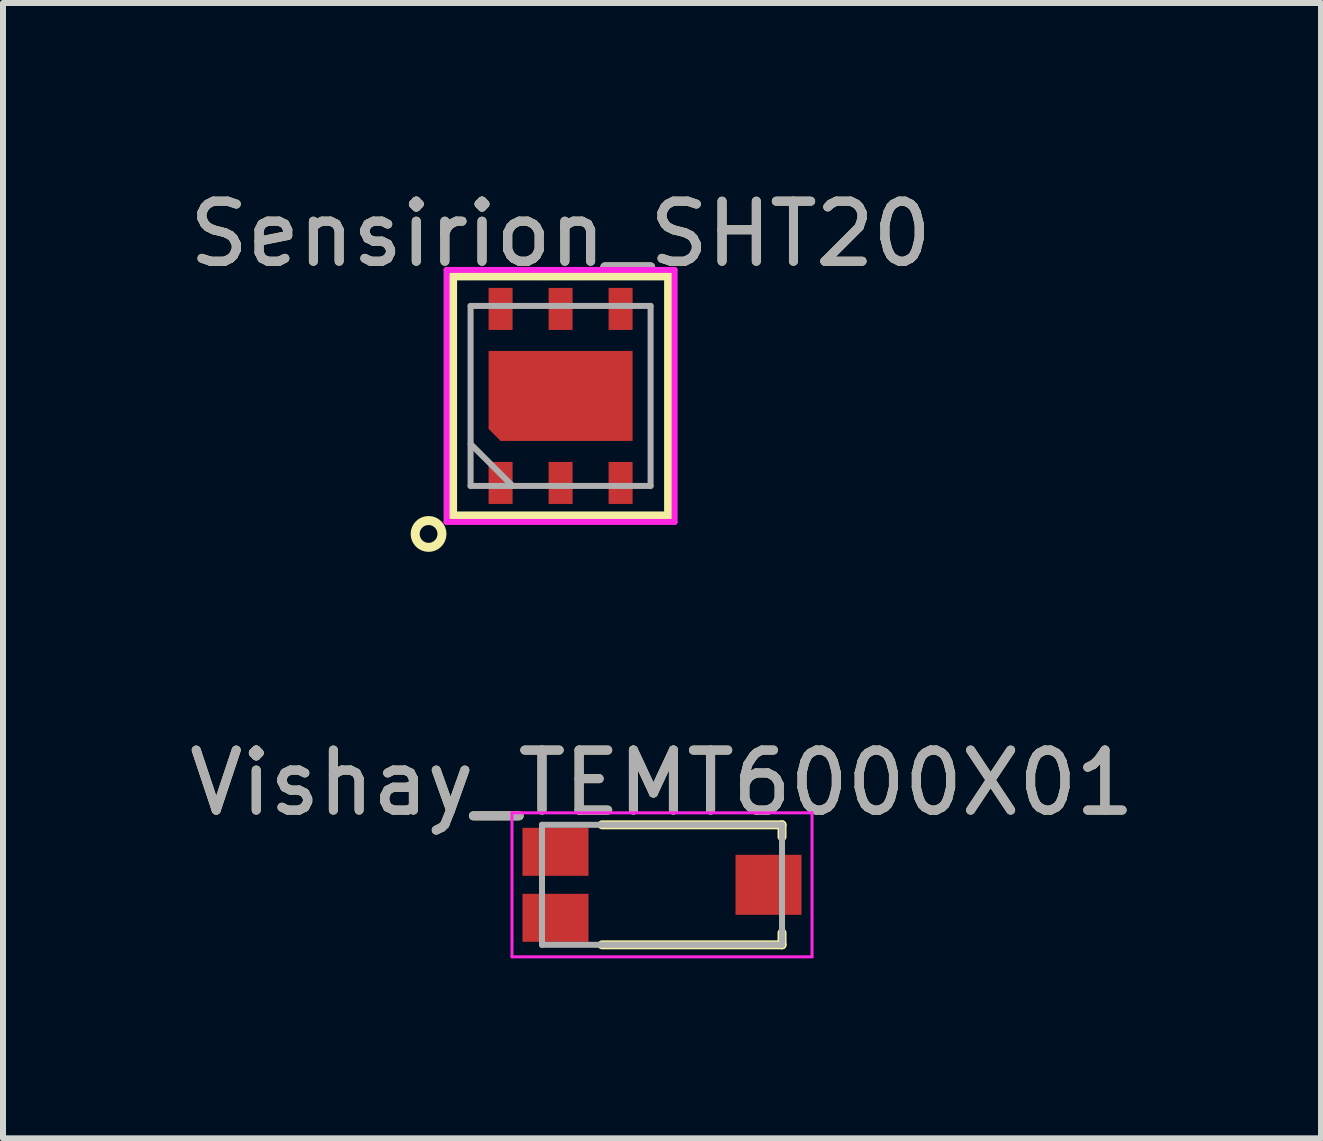
<source format=kicad_pcb>
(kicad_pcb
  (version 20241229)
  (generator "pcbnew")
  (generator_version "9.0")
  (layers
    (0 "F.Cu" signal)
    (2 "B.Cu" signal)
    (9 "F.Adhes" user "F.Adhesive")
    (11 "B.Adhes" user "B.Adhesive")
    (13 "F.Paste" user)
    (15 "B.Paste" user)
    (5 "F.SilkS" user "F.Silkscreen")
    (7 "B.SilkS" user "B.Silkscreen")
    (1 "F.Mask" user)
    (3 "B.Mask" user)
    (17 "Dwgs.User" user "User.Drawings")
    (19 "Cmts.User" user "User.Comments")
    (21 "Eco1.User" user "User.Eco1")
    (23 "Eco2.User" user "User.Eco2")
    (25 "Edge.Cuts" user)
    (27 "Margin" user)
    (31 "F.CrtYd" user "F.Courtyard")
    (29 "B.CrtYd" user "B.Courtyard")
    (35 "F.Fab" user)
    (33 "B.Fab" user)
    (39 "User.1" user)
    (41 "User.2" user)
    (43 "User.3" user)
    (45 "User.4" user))
  (footprint "Vishay_TEMT6000X01"
    (layer "F.Cu")
    (at 7.982 11.695)
    (property "Reference" "Vishay_TEMT6000X01" (at 0 -1.7 0) (layer "F.SilkS") (effects (font (size 1 1) (thickness 0.15))))
    (attr smd)
    (fp_line (start -1 -1) (end 2 -1) (stroke (width 0.15) (type solid)) (layer "F.SilkS"))
    (fp_line (start 2 -1) (end 2 -0.8) (stroke (width 0.15) (type solid)) (layer "F.SilkS"))
    (fp_line (start 2 0.8) (end 2 1) (stroke (width 0.15) (type solid)) (layer "F.SilkS"))
    (fp_line (start 2 1) (end -1 1) (stroke (width 0.15) (type solid)) (layer "F.SilkS"))
    (fp_line (start -2.5 -1.2) (end 2.5 -1.2) (stroke (width 0.05) (type solid)) (layer "F.CrtYd"))
    (fp_line (start -2.5 1.2) (end -2.5 -1.2) (stroke (width 0.05) (type solid)) (layer "F.CrtYd"))
    (fp_line (start 2.5 -1.2) (end 2.5 1.2) (stroke (width 0.05) (type solid)) (layer "F.CrtYd"))
    (fp_line (start 2.5 1.2) (end -2.5 1.2) (stroke (width 0.05) (type solid)) (layer "F.CrtYd"))
    (fp_line (start -2 -1) (end 2 -1) (stroke (width 0.1) (type solid)) (layer "F.Fab"))
    (fp_line (start -2 1) (end -2 -1) (stroke (width 0.1) (type solid)) (layer "F.Fab"))
    (fp_line (start 2 -1) (end 2 1) (stroke (width 0.1) (type solid)) (layer "F.Fab"))
    (fp_line (start 2 1) (end -2 1) (stroke (width 0.1) (type solid)) (layer "F.Fab"))
    (fp_text user "${REFERENCE}" (at 0 -1.7 0) (layer "F.Fab") (effects (font (size 1 1) (thickness 0.15))))
    (pad "B" smd rect (at -1.775 0.55) (size 1.1 0.8) (layers "F.Cu" "F.Mask" "F.Paste"))
    (pad "C" smd rect (at 1.775 0) (size 1.1 1) (layers "F.Cu" "F.Mask" "F.Paste"))
    (pad "E" smd rect (at -1.775 -0.55) (size 1.1 0.8) (layers "F.Cu" "F.Mask" "F.Paste")))
  (footprint "Sensirion_SHT20"
    (layer "F.Cu")
    (at 6.292 3.548)
    (property "Reference" "Sensirion_SHT20" (at 0 -2.7 0) (layer "F.SilkS") (effects (font (size 1 1) (thickness 0.15))))
    (attr smd)
    (fp_line (start -1.8 -2) (end 1.8 -2) (stroke (width 0.15) (type solid)) (layer "F.SilkS"))
    (fp_line (start -1.8 2) (end -1.8 -2) (stroke (width 0.15) (type solid)) (layer "F.SilkS"))
    (fp_line (start 1.8 -2) (end 1.8 2) (stroke (width 0.15) (type solid)) (layer "F.SilkS"))
    (fp_line (start 1.8 2) (end -1.8 2) (stroke (width 0.15) (type solid)) (layer "F.SilkS"))
    (fp_circle (center -2.2 2.3) (end -2.1 2.1) (stroke (width 0.15) (type solid)) (fill no) (layer "F.SilkS"))
    (fp_line (start -1.9 -2.1) (end 1.9 -2.1) (stroke (width 0.1) (type solid)) (layer "F.CrtYd"))
    (fp_line (start -1.9 2.1) (end -1.9 -2.1) (stroke (width 0.1) (type solid)) (layer "F.CrtYd"))
    (fp_line (start 1.9 -2.1) (end 1.9 2.1) (stroke (width 0.1) (type solid)) (layer "F.CrtYd"))
    (fp_line (start 1.9 2.1) (end -1.9 2.1) (stroke (width 0.1) (type solid)) (layer "F.CrtYd"))
    (fp_line (start -1.5 -1.5) (end 1.5 -1.5) (stroke (width 0.1) (type solid)) (layer "F.Fab"))
    (fp_line (start -1.5 0.8) (end -0.8 1.5) (stroke (width 0.1) (type solid)) (layer "F.Fab"))
    (fp_line (start -1.5 1.5) (end -1.5 -1.5) (stroke (width 0.1) (type solid)) (layer "F.Fab"))
    (fp_line (start 1.5 -1.5) (end 1.5 1.5) (stroke (width 0.1) (type solid)) (layer "F.Fab"))
    (fp_line (start 1.5 1.5) (end -1.5 1.5) (stroke (width 0.1) (type solid)) (layer "F.Fab"))
    (fp_text user "${REFERENCE}" (at 0 -2.7 0) (layer "F.Fab") (effects (font (size 1 1) (thickness 0.15))))
    (pad "1" smd rect (at -1 1.45) (size 0.4 0.7) (layers "F.Cu" "F.Mask" "F.Paste"))
    (pad "2" smd rect (at 0 1.45) (size 0.4 0.7) (layers "F.Cu" "F.Mask" "F.Paste"))
    (pad "3" smd rect (at 1 1.45) (size 0.4 0.7) (layers "F.Cu" "F.Mask" "F.Paste"))
    (pad "4" smd rect (at 1 -1.45) (size 0.4 0.7) (layers "F.Cu" "F.Mask" "F.Paste"))
    (pad "5" smd rect (at 0 -1.45) (size 0.4 0.7) (layers "F.Cu" "F.Mask" "F.Paste"))
    (pad "6" smd rect (at -1 -1.45) (size 0.4 0.7) (layers "F.Cu" "F.Mask" "F.Paste"))
    (pad "7" smd custom (at 0 0) (size 1 1) (layers "F.Cu" "F.Mask" "F.Paste") (options (anchor rect)) (primitives (gr_poly (pts (xy -1.2 -0.75) (xy 1.2 -0.75) (xy 1.2 0.75) (xy -1 0.75) (xy -1.2 0.55)) (width 0) (fill yes)))))
  (gr_rect
    (start -3 -3)
    (end 18.964 15.92)
    (stroke (width 0.1) (type default))
    (fill no)
    (layer "Edge.Cuts")))
</source>
